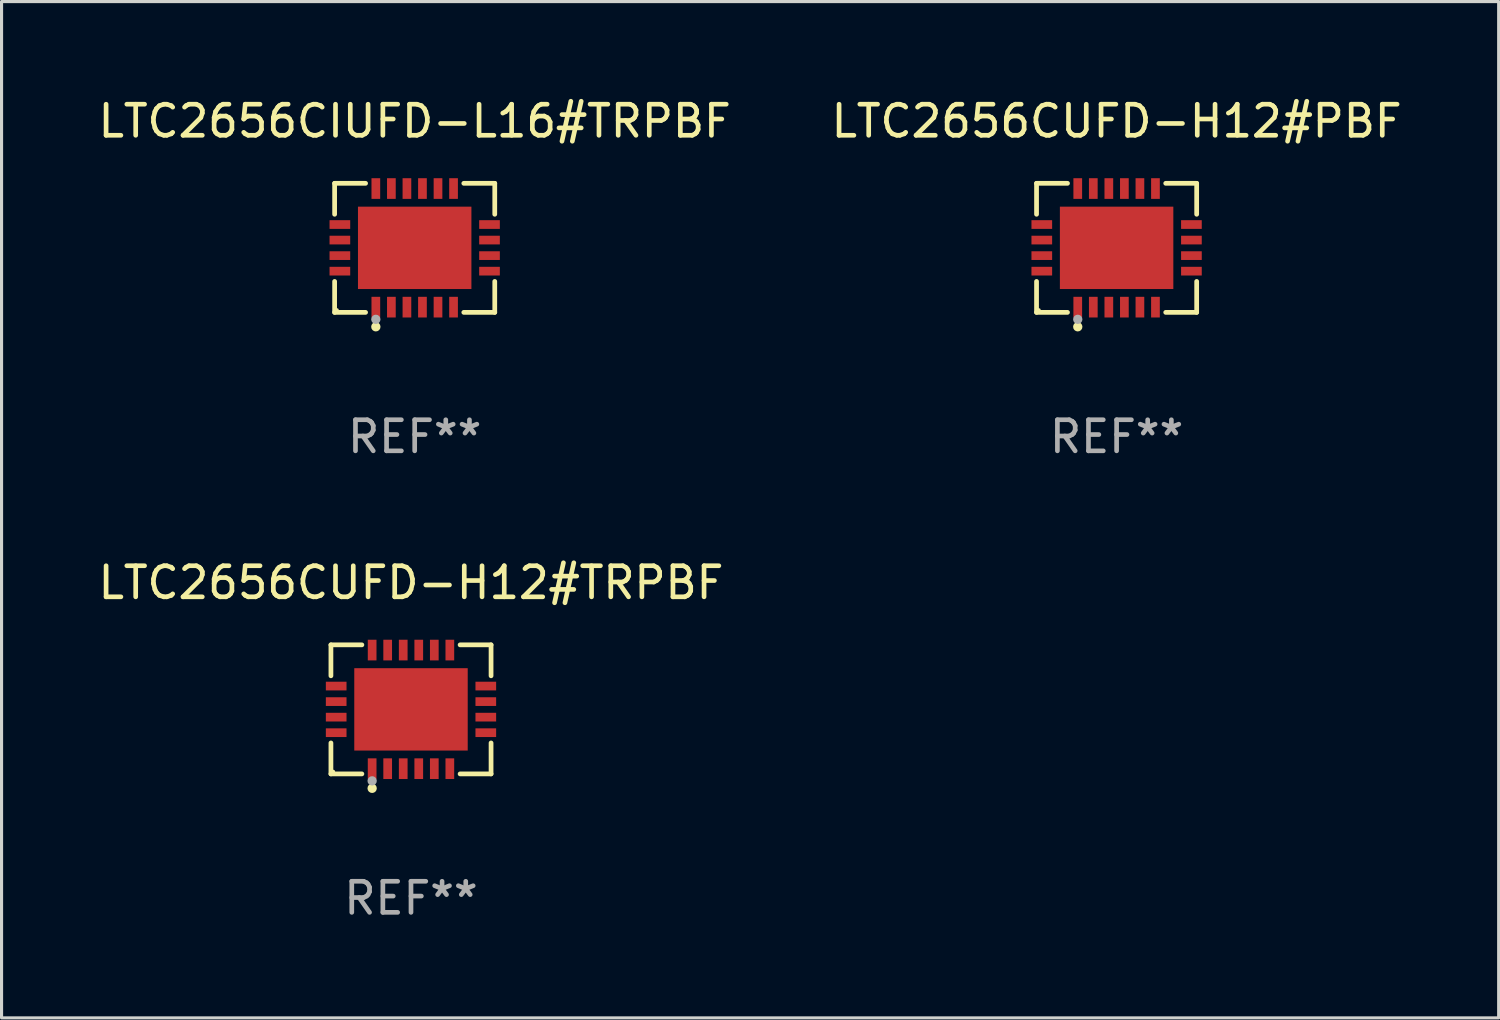
<source format=kicad_pcb>
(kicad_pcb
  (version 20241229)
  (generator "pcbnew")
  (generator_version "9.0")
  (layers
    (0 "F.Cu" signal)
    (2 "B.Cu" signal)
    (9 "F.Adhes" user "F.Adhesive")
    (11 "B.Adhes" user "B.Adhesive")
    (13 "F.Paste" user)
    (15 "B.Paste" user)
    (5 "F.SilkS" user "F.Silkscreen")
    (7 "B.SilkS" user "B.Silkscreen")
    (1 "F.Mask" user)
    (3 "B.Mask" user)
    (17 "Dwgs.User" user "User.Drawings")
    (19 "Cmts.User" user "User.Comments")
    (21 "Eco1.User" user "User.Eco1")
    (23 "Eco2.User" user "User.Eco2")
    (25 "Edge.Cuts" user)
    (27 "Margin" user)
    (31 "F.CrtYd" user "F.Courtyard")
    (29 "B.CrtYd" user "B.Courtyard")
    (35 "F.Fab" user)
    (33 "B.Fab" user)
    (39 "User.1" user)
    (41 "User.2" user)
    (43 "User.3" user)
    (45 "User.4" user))
  (footprint "LTC2656CIUFD-L16#TRPBF"
    (layer "F.Cu")
    (at 10.292 4.924)
    (property "Reference" "LTC2656CIUFD-L16#TRPBF" (at 0 -4.076 0) (layer "F.SilkS") (effects (font (size 1 1) (thickness 0.15))))
    (attr through_hole)
    (fp_line (start -2.576 -2.076) (end -1.58 -2.076) (stroke (width 0.152) (type solid)) (layer "F.SilkS"))
    (fp_line (start -2.576 -1.08) (end -2.576 -2.076) (stroke (width 0.152) (type solid)) (layer "F.SilkS"))
    (fp_line (start -2.576 1.08) (end -2.576 2.076) (stroke (width 0.152) (type solid)) (layer "F.SilkS"))
    (fp_line (start -2.576 2.076) (end -1.58 2.076) (stroke (width 0.152) (type solid)) (layer "F.SilkS"))
    (fp_line (start 2.576 -2.076) (end 1.58 -2.076) (stroke (width 0.152) (type solid)) (layer "F.SilkS"))
    (fp_line (start 2.576 -1.08) (end 2.576 -2.076) (stroke (width 0.152) (type solid)) (layer "F.SilkS"))
    (fp_line (start 2.576 1.08) (end 2.576 2.076) (stroke (width 0.152) (type solid)) (layer "F.SilkS"))
    (fp_line (start 2.576 2.076) (end 1.58 2.076) (stroke (width 0.152) (type solid)) (layer "F.SilkS"))
    (fp_circle (center -2.5 2) (end -2.47 2) (stroke (width 0.06) (type solid)) (fill no) (layer "F.SilkS"))
    (fp_circle (center -1.25 2.54) (end -1.175 2.54) (stroke (width 0.15) (type solid)) (fill no) (layer "F.SilkS"))
    (fp_circle (center -1.25 2.3) (end -1.175 2.3) (stroke (width 0.15) (type solid)) (fill no) (layer "F.Fab"))
    (fp_text user "REF**" (at 0 6.076 0) (layer "F.Fab") (effects (font (size 1 1) (thickness 0.15))))
    (pad "1" smd rect (at -1.25 1.908) (size 0.28 0.665) (layers "F.Cu" "F.Mask" "F.Paste"))
    (pad "2" smd rect (at -0.75 1.908) (size 0.28 0.665) (layers "F.Cu" "F.Mask" "F.Paste"))
    (pad "3" smd rect (at -0.25 1.908) (size 0.28 0.665) (layers "F.Cu" "F.Mask" "F.Paste"))
    (pad "4" smd rect (at 0.25 1.908) (size 0.28 0.665) (layers "F.Cu" "F.Mask" "F.Paste"))
    (pad "5" smd rect (at 0.75 1.908) (size 0.28 0.665) (layers "F.Cu" "F.Mask" "F.Paste"))
    (pad "6" smd rect (at 1.25 1.908) (size 0.28 0.665) (layers "F.Cu" "F.Mask" "F.Paste"))
    (pad "7" smd rect (at 2.407 0.75) (size 0.665 0.28) (layers "F.Cu" "F.Mask" "F.Paste"))
    (pad "8" smd rect (at 2.407 0.25) (size 0.665 0.28) (layers "F.Cu" "F.Mask" "F.Paste"))
    (pad "9" smd rect (at 2.407 -0.25) (size 0.665 0.28) (layers "F.Cu" "F.Mask" "F.Paste"))
    (pad "10" smd rect (at 2.407 -0.75) (size 0.665 0.28) (layers "F.Cu" "F.Mask" "F.Paste"))
    (pad "11" smd rect (at 1.25 -1.908) (size 0.28 0.665) (layers "F.Cu" "F.Mask" "F.Paste"))
    (pad "12" smd rect (at 0.75 -1.908) (size 0.28 0.665) (layers "F.Cu" "F.Mask" "F.Paste"))
    (pad "13" smd rect (at 0.25 -1.908) (size 0.28 0.665) (layers "F.Cu" "F.Mask" "F.Paste"))
    (pad "14" smd rect (at -0.25 -1.908) (size 0.28 0.665) (layers "F.Cu" "F.Mask" "F.Paste"))
    (pad "15" smd rect (at -0.75 -1.908) (size 0.28 0.665) (layers "F.Cu" "F.Mask" "F.Paste"))
    (pad "16" smd rect (at -1.25 -1.908) (size 0.28 0.665) (layers "F.Cu" "F.Mask" "F.Paste"))
    (pad "17" smd rect (at -2.407 -0.75) (size 0.665 0.28) (layers "F.Cu" "F.Mask" "F.Paste"))
    (pad "18" smd rect (at -2.407 -0.25) (size 0.665 0.28) (layers "F.Cu" "F.Mask" "F.Paste"))
    (pad "19" smd rect (at -2.407 0.25) (size 0.665 0.28) (layers "F.Cu" "F.Mask" "F.Paste"))
    (pad "20" smd rect (at -2.407 0.75) (size 0.665 0.28) (layers "F.Cu" "F.Mask" "F.Paste"))
    (pad "21" smd rect (at 0 0) (size 3.65 2.65) (layers "F.Cu" "F.Mask" "F.Paste")))
  (footprint "LTC2656CUFD-H12#PBF"
    (layer "F.Cu")
    (at 32.875 4.924)
    (property "Reference" "LTC2656CUFD-H12#PBF" (at 0 -4.076 0) (layer "F.SilkS") (effects (font (size 1 1) (thickness 0.15))))
    (attr through_hole)
    (fp_line (start -2.576 -2.076) (end -1.58 -2.076) (stroke (width 0.152) (type solid)) (layer "F.SilkS"))
    (fp_line (start -2.576 -1.08) (end -2.576 -2.076) (stroke (width 0.152) (type solid)) (layer "F.SilkS"))
    (fp_line (start -2.576 1.08) (end -2.576 2.076) (stroke (width 0.152) (type solid)) (layer "F.SilkS"))
    (fp_line (start -2.576 2.076) (end -1.58 2.076) (stroke (width 0.152) (type solid)) (layer "F.SilkS"))
    (fp_line (start 2.576 -2.076) (end 1.58 -2.076) (stroke (width 0.152) (type solid)) (layer "F.SilkS"))
    (fp_line (start 2.576 -1.08) (end 2.576 -2.076) (stroke (width 0.152) (type solid)) (layer "F.SilkS"))
    (fp_line (start 2.576 1.08) (end 2.576 2.076) (stroke (width 0.152) (type solid)) (layer "F.SilkS"))
    (fp_line (start 2.576 2.076) (end 1.58 2.076) (stroke (width 0.152) (type solid)) (layer "F.SilkS"))
    (fp_circle (center -2.5 2) (end -2.47 2) (stroke (width 0.06) (type solid)) (fill no) (layer "F.SilkS"))
    (fp_circle (center -1.25 2.54) (end -1.175 2.54) (stroke (width 0.15) (type solid)) (fill no) (layer "F.SilkS"))
    (fp_circle (center -1.25 2.3) (end -1.175 2.3) (stroke (width 0.15) (type solid)) (fill no) (layer "F.Fab"))
    (fp_text user "REF**" (at 0 6.076 0) (layer "F.Fab") (effects (font (size 1 1) (thickness 0.15))))
    (pad "1" smd rect (at -1.25 1.908) (size 0.28 0.665) (layers "F.Cu" "F.Mask" "F.Paste"))
    (pad "2" smd rect (at -0.75 1.908) (size 0.28 0.665) (layers "F.Cu" "F.Mask" "F.Paste"))
    (pad "3" smd rect (at -0.25 1.908) (size 0.28 0.665) (layers "F.Cu" "F.Mask" "F.Paste"))
    (pad "4" smd rect (at 0.25 1.908) (size 0.28 0.665) (layers "F.Cu" "F.Mask" "F.Paste"))
    (pad "5" smd rect (at 0.75 1.908) (size 0.28 0.665) (layers "F.Cu" "F.Mask" "F.Paste"))
    (pad "6" smd rect (at 1.25 1.908) (size 0.28 0.665) (layers "F.Cu" "F.Mask" "F.Paste"))
    (pad "7" smd rect (at 2.407 0.75) (size 0.665 0.28) (layers "F.Cu" "F.Mask" "F.Paste"))
    (pad "8" smd rect (at 2.407 0.25) (size 0.665 0.28) (layers "F.Cu" "F.Mask" "F.Paste"))
    (pad "9" smd rect (at 2.407 -0.25) (size 0.665 0.28) (layers "F.Cu" "F.Mask" "F.Paste"))
    (pad "10" smd rect (at 2.407 -0.75) (size 0.665 0.28) (layers "F.Cu" "F.Mask" "F.Paste"))
    (pad "11" smd rect (at 1.25 -1.908) (size 0.28 0.665) (layers "F.Cu" "F.Mask" "F.Paste"))
    (pad "12" smd rect (at 0.75 -1.908) (size 0.28 0.665) (layers "F.Cu" "F.Mask" "F.Paste"))
    (pad "13" smd rect (at 0.25 -1.908) (size 0.28 0.665) (layers "F.Cu" "F.Mask" "F.Paste"))
    (pad "14" smd rect (at -0.25 -1.908) (size 0.28 0.665) (layers "F.Cu" "F.Mask" "F.Paste"))
    (pad "15" smd rect (at -0.75 -1.908) (size 0.28 0.665) (layers "F.Cu" "F.Mask" "F.Paste"))
    (pad "16" smd rect (at -1.25 -1.908) (size 0.28 0.665) (layers "F.Cu" "F.Mask" "F.Paste"))
    (pad "17" smd rect (at -2.407 -0.75) (size 0.665 0.28) (layers "F.Cu" "F.Mask" "F.Paste"))
    (pad "18" smd rect (at -2.407 -0.25) (size 0.665 0.28) (layers "F.Cu" "F.Mask" "F.Paste"))
    (pad "19" smd rect (at -2.407 0.25) (size 0.665 0.28) (layers "F.Cu" "F.Mask" "F.Paste"))
    (pad "20" smd rect (at -2.407 0.75) (size 0.665 0.28) (layers "F.Cu" "F.Mask" "F.Paste"))
    (pad "21" smd rect (at 0 0) (size 3.65 2.65) (layers "F.Cu" "F.Mask" "F.Paste")))
  (footprint "LTC2656CUFD-H12#TRPBF"
    (layer "F.Cu")
    (at 10.173 19.773)
    (property "Reference" "LTC2656CUFD-H12#TRPBF" (at 0 -4.076 0) (layer "F.SilkS") (effects (font (size 1 1) (thickness 0.15))))
    (attr through_hole)
    (fp_line (start -2.576 -2.076) (end -1.58 -2.076) (stroke (width 0.152) (type solid)) (layer "F.SilkS"))
    (fp_line (start -2.576 -1.08) (end -2.576 -2.076) (stroke (width 0.152) (type solid)) (layer "F.SilkS"))
    (fp_line (start -2.576 1.08) (end -2.576 2.076) (stroke (width 0.152) (type solid)) (layer "F.SilkS"))
    (fp_line (start -2.576 2.076) (end -1.58 2.076) (stroke (width 0.152) (type solid)) (layer "F.SilkS"))
    (fp_line (start 2.576 -2.076) (end 1.58 -2.076) (stroke (width 0.152) (type solid)) (layer "F.SilkS"))
    (fp_line (start 2.576 -1.08) (end 2.576 -2.076) (stroke (width 0.152) (type solid)) (layer "F.SilkS"))
    (fp_line (start 2.576 1.08) (end 2.576 2.076) (stroke (width 0.152) (type solid)) (layer "F.SilkS"))
    (fp_line (start 2.576 2.076) (end 1.58 2.076) (stroke (width 0.152) (type solid)) (layer "F.SilkS"))
    (fp_circle (center -2.5 2) (end -2.47 2) (stroke (width 0.06) (type solid)) (fill no) (layer "F.SilkS"))
    (fp_circle (center -1.25 2.54) (end -1.175 2.54) (stroke (width 0.15) (type solid)) (fill no) (layer "F.SilkS"))
    (fp_circle (center -1.25 2.3) (end -1.175 2.3) (stroke (width 0.15) (type solid)) (fill no) (layer "F.Fab"))
    (fp_text user "REF**" (at 0 6.076 0) (layer "F.Fab") (effects (font (size 1 1) (thickness 0.15))))
    (pad "1" smd rect (at -1.25 1.908) (size 0.28 0.665) (layers "F.Cu" "F.Mask" "F.Paste"))
    (pad "2" smd rect (at -0.75 1.908) (size 0.28 0.665) (layers "F.Cu" "F.Mask" "F.Paste"))
    (pad "3" smd rect (at -0.25 1.908) (size 0.28 0.665) (layers "F.Cu" "F.Mask" "F.Paste"))
    (pad "4" smd rect (at 0.25 1.908) (size 0.28 0.665) (layers "F.Cu" "F.Mask" "F.Paste"))
    (pad "5" smd rect (at 0.75 1.908) (size 0.28 0.665) (layers "F.Cu" "F.Mask" "F.Paste"))
    (pad "6" smd rect (at 1.25 1.908) (size 0.28 0.665) (layers "F.Cu" "F.Mask" "F.Paste"))
    (pad "7" smd rect (at 2.407 0.75) (size 0.665 0.28) (layers "F.Cu" "F.Mask" "F.Paste"))
    (pad "8" smd rect (at 2.407 0.25) (size 0.665 0.28) (layers "F.Cu" "F.Mask" "F.Paste"))
    (pad "9" smd rect (at 2.407 -0.25) (size 0.665 0.28) (layers "F.Cu" "F.Mask" "F.Paste"))
    (pad "10" smd rect (at 2.407 -0.75) (size 0.665 0.28) (layers "F.Cu" "F.Mask" "F.Paste"))
    (pad "11" smd rect (at 1.25 -1.908) (size 0.28 0.665) (layers "F.Cu" "F.Mask" "F.Paste"))
    (pad "12" smd rect (at 0.75 -1.908) (size 0.28 0.665) (layers "F.Cu" "F.Mask" "F.Paste"))
    (pad "13" smd rect (at 0.25 -1.908) (size 0.28 0.665) (layers "F.Cu" "F.Mask" "F.Paste"))
    (pad "14" smd rect (at -0.25 -1.908) (size 0.28 0.665) (layers "F.Cu" "F.Mask" "F.Paste"))
    (pad "15" smd rect (at -0.75 -1.908) (size 0.28 0.665) (layers "F.Cu" "F.Mask" "F.Paste"))
    (pad "16" smd rect (at -1.25 -1.908) (size 0.28 0.665) (layers "F.Cu" "F.Mask" "F.Paste"))
    (pad "17" smd rect (at -2.407 -0.75) (size 0.665 0.28) (layers "F.Cu" "F.Mask" "F.Paste"))
    (pad "18" smd rect (at -2.407 -0.25) (size 0.665 0.28) (layers "F.Cu" "F.Mask" "F.Paste"))
    (pad "19" smd rect (at -2.407 0.25) (size 0.665 0.28) (layers "F.Cu" "F.Mask" "F.Paste"))
    (pad "20" smd rect (at -2.407 0.75) (size 0.665 0.28) (layers "F.Cu" "F.Mask" "F.Paste"))
    (pad "21" smd rect (at 0 0) (size 3.65 2.65) (layers "F.Cu" "F.Mask" "F.Paste")))
  (gr_rect
    (start -3 -3)
    (end 45.167 29.698)
    (stroke (width 0.1) (type default))
    (fill no)
    (layer "Edge.Cuts")))
</source>
